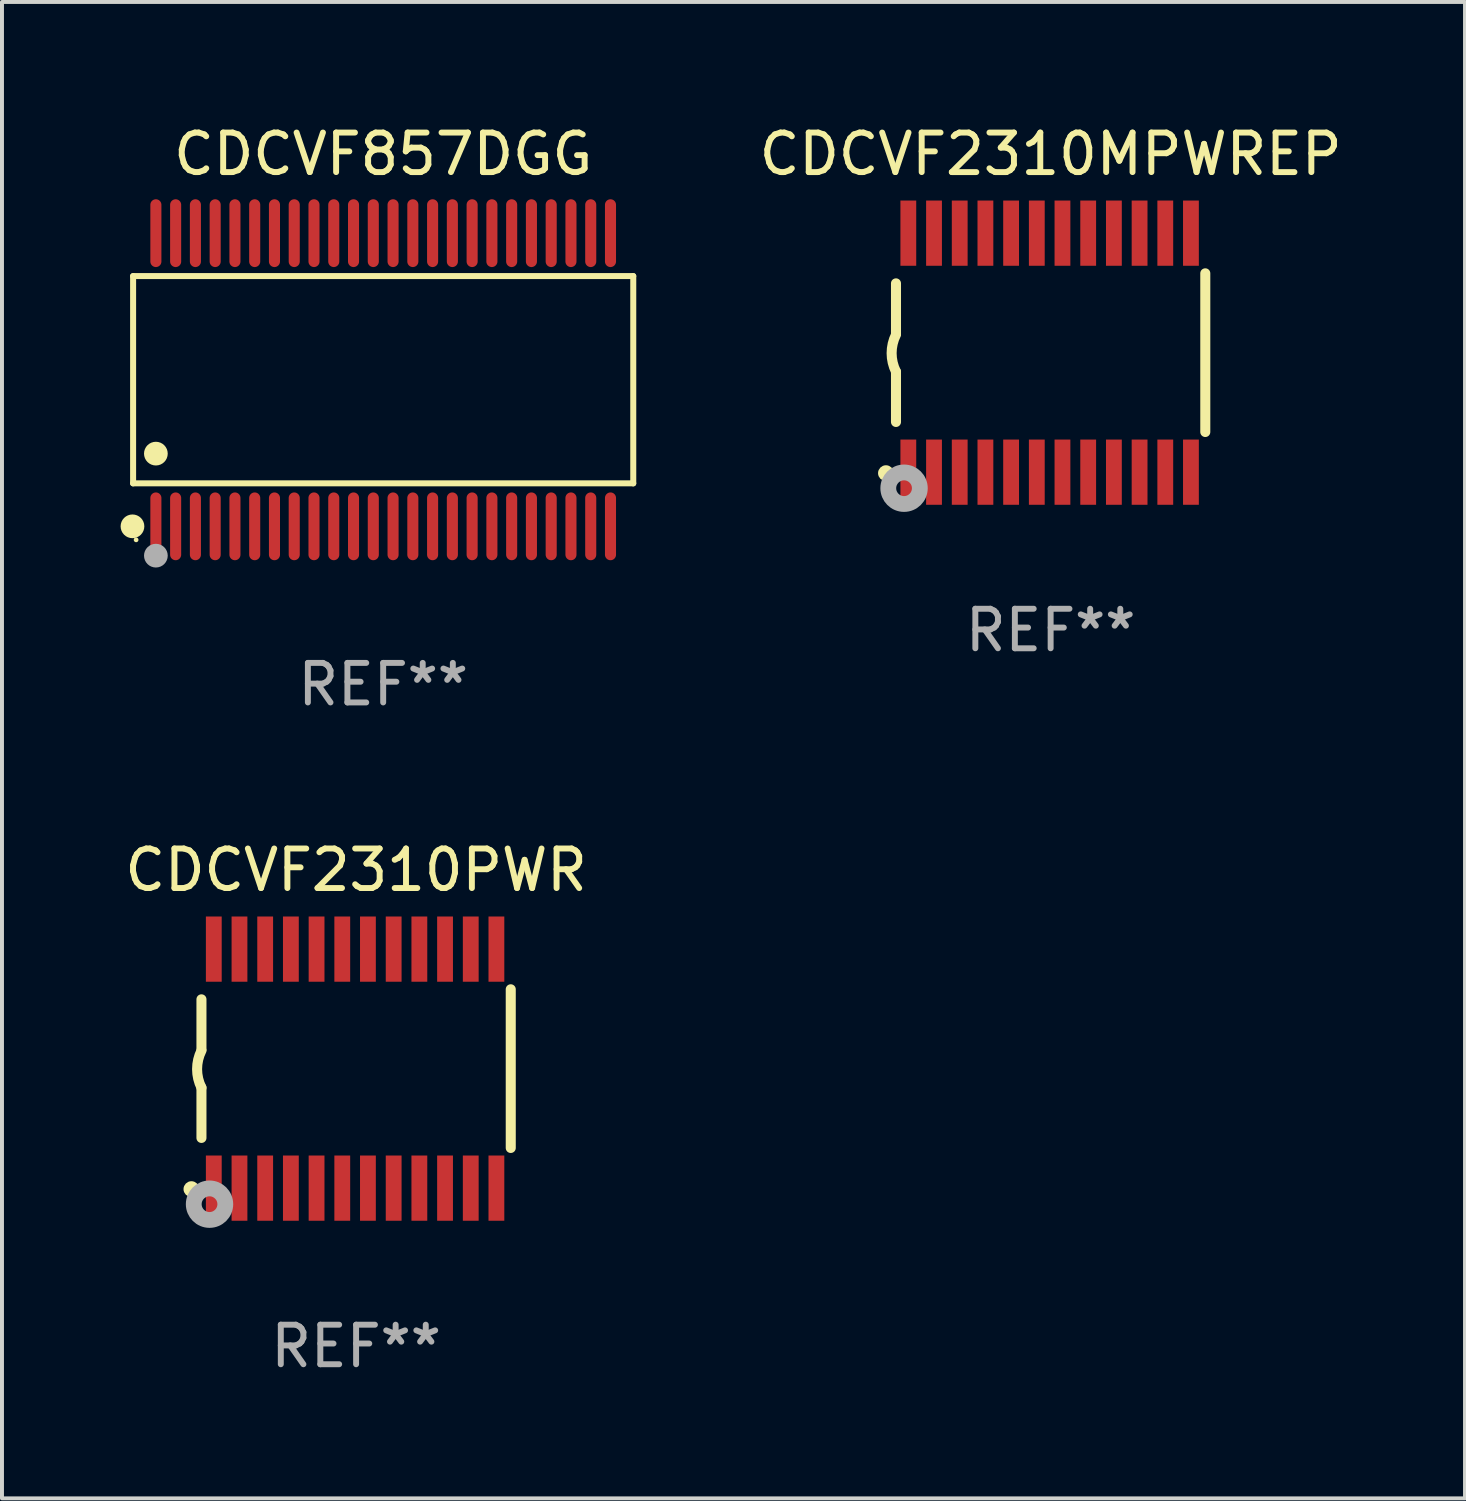
<source format=kicad_pcb>
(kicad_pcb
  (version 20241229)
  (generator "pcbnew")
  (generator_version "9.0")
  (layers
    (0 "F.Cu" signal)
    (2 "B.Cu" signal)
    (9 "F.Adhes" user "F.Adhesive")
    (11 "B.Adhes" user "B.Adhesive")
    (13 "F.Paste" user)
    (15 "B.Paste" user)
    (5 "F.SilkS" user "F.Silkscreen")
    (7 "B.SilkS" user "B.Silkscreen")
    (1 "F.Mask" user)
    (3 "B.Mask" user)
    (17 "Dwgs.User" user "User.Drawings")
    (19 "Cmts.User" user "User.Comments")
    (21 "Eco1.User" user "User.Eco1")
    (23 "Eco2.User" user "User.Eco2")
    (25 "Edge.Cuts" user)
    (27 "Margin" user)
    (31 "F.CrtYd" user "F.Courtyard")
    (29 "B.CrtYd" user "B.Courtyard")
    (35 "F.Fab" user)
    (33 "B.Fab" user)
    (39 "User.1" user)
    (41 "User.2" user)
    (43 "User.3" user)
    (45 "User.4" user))
  (footprint "CDCVF2310PWR"
    (layer "F.Cu")
    (at 5.958 23.982)
    (property "Reference" "CDCVF2310PWR" (at 0 -5.023 0) (layer "F.SilkS") (effects (font (size 1 1) (thickness 0.15))))
    (attr through_hole)
    (fp_line (start -3.912 -0.483) (end -3.912 -1.753) (stroke (width 0.254) (type solid)) (layer "F.SilkS"))
    (fp_line (start -3.912 1.753) (end -3.912 0.483) (stroke (width 0.254) (type solid)) (layer "F.SilkS"))
    (fp_line (start 3.912 -2.007) (end 3.912 2.007) (stroke (width 0.254) (type solid)) (layer "F.SilkS"))
    (fp_arc (start -3.911608 0.482601) (mid -4.022537 0.0127) (end -3.911608 -0.457201) (stroke (width 0.254001) (type solid)) (layer "F.SilkS"))
    (fp_circle (center -4.166 3.048) (end -4.066 3.048) (stroke (width 0.2) (type solid)) (fill no) (layer "F.SilkS"))
    (fp_circle (center -3.925 3.186) (end -3.895 3.186) (stroke (width 0.06) (type solid)) (fill no) (layer "F.SilkS"))
    (fp_circle (center -3.708 3.429) (end -3.509 3.429) (stroke (width 0.4) (type solid)) (fill no) (layer "F.Fab"))
    (fp_text user "REF**" (at 0 7.023 0) (layer "F.Fab") (effects (font (size 1 1) (thickness 0.15))))
    (pad "1" smd rect (at -3.6 3.023) (size 0.4 1.65) (layers "F.Cu" "F.Mask" "F.Paste"))
    (pad "2" smd rect (at -2.95 3.023) (size 0.4 1.65) (layers "F.Cu" "F.Mask" "F.Paste"))
    (pad "3" smd rect (at -2.3 3.023) (size 0.4 1.65) (layers "F.Cu" "F.Mask" "F.Paste"))
    (pad "4" smd rect (at -1.65 3.023) (size 0.4 1.65) (layers "F.Cu" "F.Mask" "F.Paste"))
    (pad "5" smd rect (at -1 3.023) (size 0.4 1.65) (layers "F.Cu" "F.Mask" "F.Paste"))
    (pad "6" smd rect (at -0.35 3.023) (size 0.4 1.65) (layers "F.Cu" "F.Mask" "F.Paste"))
    (pad "7" smd rect (at 0.299 3.023) (size 0.4 1.65) (layers "F.Cu" "F.Mask" "F.Paste"))
    (pad "8" smd rect (at 0.95 3.023) (size 0.4 1.65) (layers "F.Cu" "F.Mask" "F.Paste"))
    (pad "9" smd rect (at 1.6 3.023) (size 0.4 1.65) (layers "F.Cu" "F.Mask" "F.Paste"))
    (pad "10" smd rect (at 2.25 3.023) (size 0.4 1.65) (layers "F.Cu" "F.Mask" "F.Paste"))
    (pad "11" smd rect (at 2.9 3.023) (size 0.4 1.65) (layers "F.Cu" "F.Mask" "F.Paste"))
    (pad "12" smd rect (at 3.549 3.023) (size 0.4 1.65) (layers "F.Cu" "F.Mask" "F.Paste"))
    (pad "13" smd rect (at 3.549 -3.023) (size 0.4 1.65) (layers "F.Cu" "F.Mask" "F.Paste"))
    (pad "14" smd rect (at 2.9 -3.023) (size 0.4 1.65) (layers "F.Cu" "F.Mask" "F.Paste"))
    (pad "15" smd rect (at 2.25 -3.023) (size 0.4 1.65) (layers "F.Cu" "F.Mask" "F.Paste"))
    (pad "16" smd rect (at 1.6 -3.023) (size 0.4 1.65) (layers "F.Cu" "F.Mask" "F.Paste"))
    (pad "17" smd rect (at 0.95 -3.023) (size 0.4 1.65) (layers "F.Cu" "F.Mask" "F.Paste"))
    (pad "18" smd rect (at 0.299 -3.023) (size 0.4 1.65) (layers "F.Cu" "F.Mask" "F.Paste"))
    (pad "19" smd rect (at -0.35 -3.023) (size 0.4 1.65) (layers "F.Cu" "F.Mask" "F.Paste"))
    (pad "20" smd rect (at -1 -3.023) (size 0.4 1.65) (layers "F.Cu" "F.Mask" "F.Paste"))
    (pad "21" smd rect (at -1.65 -3.023) (size 0.4 1.65) (layers "F.Cu" "F.Mask" "F.Paste"))
    (pad "22" smd rect (at -2.3 -3.023) (size 0.4 1.65) (layers "F.Cu" "F.Mask" "F.Paste"))
    (pad "23" smd rect (at -2.95 -3.023) (size 0.4 1.65) (layers "F.Cu" "F.Mask" "F.Paste"))
    (pad "24" smd rect (at -3.6 -3.023) (size 0.4 1.65) (layers "F.Cu" "F.Mask" "F.Paste")))
  (footprint "CDCVF857DGG"
    (layer "F.Cu")
    (at 6.643 6.556)
    (property "Reference" "CDCVF857DGG" (at 0 -5.708 0) (layer "F.SilkS") (effects (font (size 1 1) (thickness 0.15))))
    (attr through_hole)
    (fp_line (start -6.326 -2.622) (end 6.326 -2.622) (stroke (width 0.152) (type solid)) (layer "F.SilkS"))
    (fp_line (start -6.326 2.621) (end -6.326 -2.622) (stroke (width 0.152) (type solid)) (layer "F.SilkS"))
    (fp_line (start 6.326 -2.622) (end 6.326 2.621) (stroke (width 0.152) (type solid)) (layer "F.SilkS"))
    (fp_line (start 6.326 2.621) (end -6.326 2.621) (stroke (width 0.152) (type solid)) (layer "F.SilkS"))
    (fp_circle (center -6.342 3.708) (end -6.192 3.708) (stroke (width 0.3) (type solid)) (fill no) (layer "F.SilkS"))
    (fp_circle (center -6.25 4.05) (end -6.22 4.05) (stroke (width 0.06) (type solid)) (fill no) (layer "F.SilkS"))
    (fp_circle (center -5.75 1.869) (end -5.6 1.869) (stroke (width 0.3) (type solid)) (fill no) (layer "F.SilkS"))
    (fp_circle (center -5.75 4.45) (end -5.6 4.45) (stroke (width 0.3) (type solid)) (fill no) (layer "F.Fab"))
    (fp_text user "REF**" (at 0 7.708 0) (layer "F.Fab") (effects (font (size 1 1) (thickness 0.15))))
    (pad "1" smd oval (at -5.75 3.708) (size 0.28 1.715) (layers "F.Cu" "F.Mask" "F.Paste"))
    (pad "2" smd oval (at -5.25 3.708) (size 0.28 1.715) (layers "F.Cu" "F.Mask" "F.Paste"))
    (pad "3" smd oval (at -4.75 3.708) (size 0.28 1.715) (layers "F.Cu" "F.Mask" "F.Paste"))
    (pad "4" smd oval (at -4.25 3.708) (size 0.28 1.715) (layers "F.Cu" "F.Mask" "F.Paste"))
    (pad "5" smd oval (at -3.75 3.708) (size 0.28 1.715) (layers "F.Cu" "F.Mask" "F.Paste"))
    (pad "6" smd oval (at -3.25 3.708) (size 0.28 1.715) (layers "F.Cu" "F.Mask" "F.Paste"))
    (pad "7" smd oval (at -2.75 3.708) (size 0.28 1.715) (layers "F.Cu" "F.Mask" "F.Paste"))
    (pad "8" smd oval (at -2.25 3.708) (size 0.28 1.715) (layers "F.Cu" "F.Mask" "F.Paste"))
    (pad "9" smd oval (at -1.75 3.708) (size 0.28 1.715) (layers "F.Cu" "F.Mask" "F.Paste"))
    (pad "10" smd oval (at -1.25 3.708) (size 0.28 1.715) (layers "F.Cu" "F.Mask" "F.Paste"))
    (pad "11" smd oval (at -0.75 3.708) (size 0.28 1.715) (layers "F.Cu" "F.Mask" "F.Paste"))
    (pad "12" smd oval (at -0.25 3.708) (size 0.28 1.715) (layers "F.Cu" "F.Mask" "F.Paste"))
    (pad "13" smd oval (at 0.25 3.708) (size 0.28 1.715) (layers "F.Cu" "F.Mask" "F.Paste"))
    (pad "14" smd oval (at 0.75 3.708) (size 0.28 1.715) (layers "F.Cu" "F.Mask" "F.Paste"))
    (pad "15" smd oval (at 1.25 3.708) (size 0.28 1.715) (layers "F.Cu" "F.Mask" "F.Paste"))
    (pad "16" smd oval (at 1.75 3.708) (size 0.28 1.715) (layers "F.Cu" "F.Mask" "F.Paste"))
    (pad "17" smd oval (at 2.25 3.708) (size 0.28 1.715) (layers "F.Cu" "F.Mask" "F.Paste"))
    (pad "18" smd oval (at 2.75 3.708) (size 0.28 1.715) (layers "F.Cu" "F.Mask" "F.Paste"))
    (pad "19" smd oval (at 3.25 3.708) (size 0.28 1.715) (layers "F.Cu" "F.Mask" "F.Paste"))
    (pad "20" smd oval (at 3.75 3.708) (size 0.28 1.715) (layers "F.Cu" "F.Mask" "F.Paste"))
    (pad "21" smd oval (at 4.25 3.708) (size 0.28 1.715) (layers "F.Cu" "F.Mask" "F.Paste"))
    (pad "22" smd oval (at 4.75 3.708) (size 0.28 1.715) (layers "F.Cu" "F.Mask" "F.Paste"))
    (pad "23" smd oval (at 5.25 3.708) (size 0.28 1.715) (layers "F.Cu" "F.Mask" "F.Paste"))
    (pad "24" smd oval (at 5.75 3.708) (size 0.28 1.715) (layers "F.Cu" "F.Mask" "F.Paste"))
    (pad "25" smd oval (at 5.75 -3.708) (size 0.28 1.715) (layers "F.Cu" "F.Mask" "F.Paste"))
    (pad "26" smd oval (at 5.25 -3.708) (size 0.28 1.715) (layers "F.Cu" "F.Mask" "F.Paste"))
    (pad "27" smd oval (at 4.75 -3.708) (size 0.28 1.715) (layers "F.Cu" "F.Mask" "F.Paste"))
    (pad "28" smd oval (at 4.25 -3.708) (size 0.28 1.715) (layers "F.Cu" "F.Mask" "F.Paste"))
    (pad "29" smd oval (at 3.75 -3.708) (size 0.28 1.715) (layers "F.Cu" "F.Mask" "F.Paste"))
    (pad "30" smd oval (at 3.25 -3.708) (size 0.28 1.715) (layers "F.Cu" "F.Mask" "F.Paste"))
    (pad "31" smd oval (at 2.75 -3.708) (size 0.28 1.715) (layers "F.Cu" "F.Mask" "F.Paste"))
    (pad "32" smd oval (at 2.25 -3.708) (size 0.28 1.715) (layers "F.Cu" "F.Mask" "F.Paste"))
    (pad "33" smd oval (at 1.75 -3.708) (size 0.28 1.715) (layers "F.Cu" "F.Mask" "F.Paste"))
    (pad "34" smd oval (at 1.25 -3.708) (size 0.28 1.715) (layers "F.Cu" "F.Mask" "F.Paste"))
    (pad "35" smd oval (at 0.75 -3.708) (size 0.28 1.715) (layers "F.Cu" "F.Mask" "F.Paste"))
    (pad "36" smd oval (at 0.25 -3.708) (size 0.28 1.715) (layers "F.Cu" "F.Mask" "F.Paste"))
    (pad "37" smd oval (at -0.25 -3.708) (size 0.28 1.715) (layers "F.Cu" "F.Mask" "F.Paste"))
    (pad "38" smd oval (at -0.75 -3.708) (size 0.28 1.715) (layers "F.Cu" "F.Mask" "F.Paste"))
    (pad "39" smd oval (at -1.25 -3.708) (size 0.28 1.715) (layers "F.Cu" "F.Mask" "F.Paste"))
    (pad "40" smd oval (at -1.75 -3.708) (size 0.28 1.715) (layers "F.Cu" "F.Mask" "F.Paste"))
    (pad "41" smd oval (at -2.25 -3.708) (size 0.28 1.715) (layers "F.Cu" "F.Mask" "F.Paste"))
    (pad "42" smd oval (at -2.75 -3.708) (size 0.28 1.715) (layers "F.Cu" "F.Mask" "F.Paste"))
    (pad "43" smd oval (at -3.25 -3.708) (size 0.28 1.715) (layers "F.Cu" "F.Mask" "F.Paste"))
    (pad "44" smd oval (at -3.75 -3.708) (size 0.28 1.715) (layers "F.Cu" "F.Mask" "F.Paste"))
    (pad "45" smd oval (at -4.25 -3.708) (size 0.28 1.715) (layers "F.Cu" "F.Mask" "F.Paste"))
    (pad "46" smd oval (at -4.75 -3.708) (size 0.28 1.715) (layers "F.Cu" "F.Mask" "F.Paste"))
    (pad "47" smd oval (at -5.25 -3.708) (size 0.28 1.715) (layers "F.Cu" "F.Mask" "F.Paste"))
    (pad "48" smd oval (at -5.75 -3.708) (size 0.28 1.715) (layers "F.Cu" "F.Mask" "F.Paste")))
  (footprint "CDCVF2310MPWREP"
    (layer "F.Cu")
    (at 23.527 5.871)
    (property "Reference" "CDCVF2310MPWREP" (at 0 -5.023 0) (layer "F.SilkS") (effects (font (size 1 1) (thickness 0.15))))
    (attr through_hole)
    (fp_line (start -3.912 -0.483) (end -3.912 -1.753) (stroke (width 0.254) (type solid)) (layer "F.SilkS"))
    (fp_line (start -3.912 1.753) (end -3.912 0.483) (stroke (width 0.254) (type solid)) (layer "F.SilkS"))
    (fp_line (start 3.912 -2.007) (end 3.912 2.007) (stroke (width 0.254) (type solid)) (layer "F.SilkS"))
    (fp_arc (start -3.911608 0.482601) (mid -4.022537 0.0127) (end -3.911608 -0.457201) (stroke (width 0.254001) (type solid)) (layer "F.SilkS"))
    (fp_circle (center -4.166 3.048) (end -4.066 3.048) (stroke (width 0.2) (type solid)) (fill no) (layer "F.SilkS"))
    (fp_circle (center -3.925 3.186) (end -3.895 3.186) (stroke (width 0.06) (type solid)) (fill no) (layer "F.SilkS"))
    (fp_circle (center -3.708 3.429) (end -3.509 3.429) (stroke (width 0.4) (type solid)) (fill no) (layer "F.Fab"))
    (fp_text user "REF**" (at 0 7.023 0) (layer "F.Fab") (effects (font (size 1 1) (thickness 0.15))))
    (pad "1" smd rect (at -3.6 3.023) (size 0.4 1.65) (layers "F.Cu" "F.Mask" "F.Paste"))
    (pad "2" smd rect (at -2.95 3.023) (size 0.4 1.65) (layers "F.Cu" "F.Mask" "F.Paste"))
    (pad "3" smd rect (at -2.3 3.023) (size 0.4 1.65) (layers "F.Cu" "F.Mask" "F.Paste"))
    (pad "4" smd rect (at -1.65 3.023) (size 0.4 1.65) (layers "F.Cu" "F.Mask" "F.Paste"))
    (pad "5" smd rect (at -1 3.023) (size 0.4 1.65) (layers "F.Cu" "F.Mask" "F.Paste"))
    (pad "6" smd rect (at -0.35 3.023) (size 0.4 1.65) (layers "F.Cu" "F.Mask" "F.Paste"))
    (pad "7" smd rect (at 0.299 3.023) (size 0.4 1.65) (layers "F.Cu" "F.Mask" "F.Paste"))
    (pad "8" smd rect (at 0.95 3.023) (size 0.4 1.65) (layers "F.Cu" "F.Mask" "F.Paste"))
    (pad "9" smd rect (at 1.6 3.023) (size 0.4 1.65) (layers "F.Cu" "F.Mask" "F.Paste"))
    (pad "10" smd rect (at 2.25 3.023) (size 0.4 1.65) (layers "F.Cu" "F.Mask" "F.Paste"))
    (pad "11" smd rect (at 2.9 3.023) (size 0.4 1.65) (layers "F.Cu" "F.Mask" "F.Paste"))
    (pad "12" smd rect (at 3.549 3.023) (size 0.4 1.65) (layers "F.Cu" "F.Mask" "F.Paste"))
    (pad "13" smd rect (at 3.549 -3.023) (size 0.4 1.65) (layers "F.Cu" "F.Mask" "F.Paste"))
    (pad "14" smd rect (at 2.9 -3.023) (size 0.4 1.65) (layers "F.Cu" "F.Mask" "F.Paste"))
    (pad "15" smd rect (at 2.25 -3.023) (size 0.4 1.65) (layers "F.Cu" "F.Mask" "F.Paste"))
    (pad "16" smd rect (at 1.6 -3.023) (size 0.4 1.65) (layers "F.Cu" "F.Mask" "F.Paste"))
    (pad "17" smd rect (at 0.95 -3.023) (size 0.4 1.65) (layers "F.Cu" "F.Mask" "F.Paste"))
    (pad "18" smd rect (at 0.299 -3.023) (size 0.4 1.65) (layers "F.Cu" "F.Mask" "F.Paste"))
    (pad "19" smd rect (at -0.35 -3.023) (size 0.4 1.65) (layers "F.Cu" "F.Mask" "F.Paste"))
    (pad "20" smd rect (at -1 -3.023) (size 0.4 1.65) (layers "F.Cu" "F.Mask" "F.Paste"))
    (pad "21" smd rect (at -1.65 -3.023) (size 0.4 1.65) (layers "F.Cu" "F.Mask" "F.Paste"))
    (pad "22" smd rect (at -2.3 -3.023) (size 0.4 1.65) (layers "F.Cu" "F.Mask" "F.Paste"))
    (pad "23" smd rect (at -2.95 -3.023) (size 0.4 1.65) (layers "F.Cu" "F.Mask" "F.Paste"))
    (pad "24" smd rect (at -3.6 -3.023) (size 0.4 1.65) (layers "F.Cu" "F.Mask" "F.Paste")))
  (gr_rect
    (start -3 -3)
    (end 34.009 34.853)
    (stroke (width 0.1) (type default))
    (fill no)
    (layer "Edge.Cuts")))
</source>
